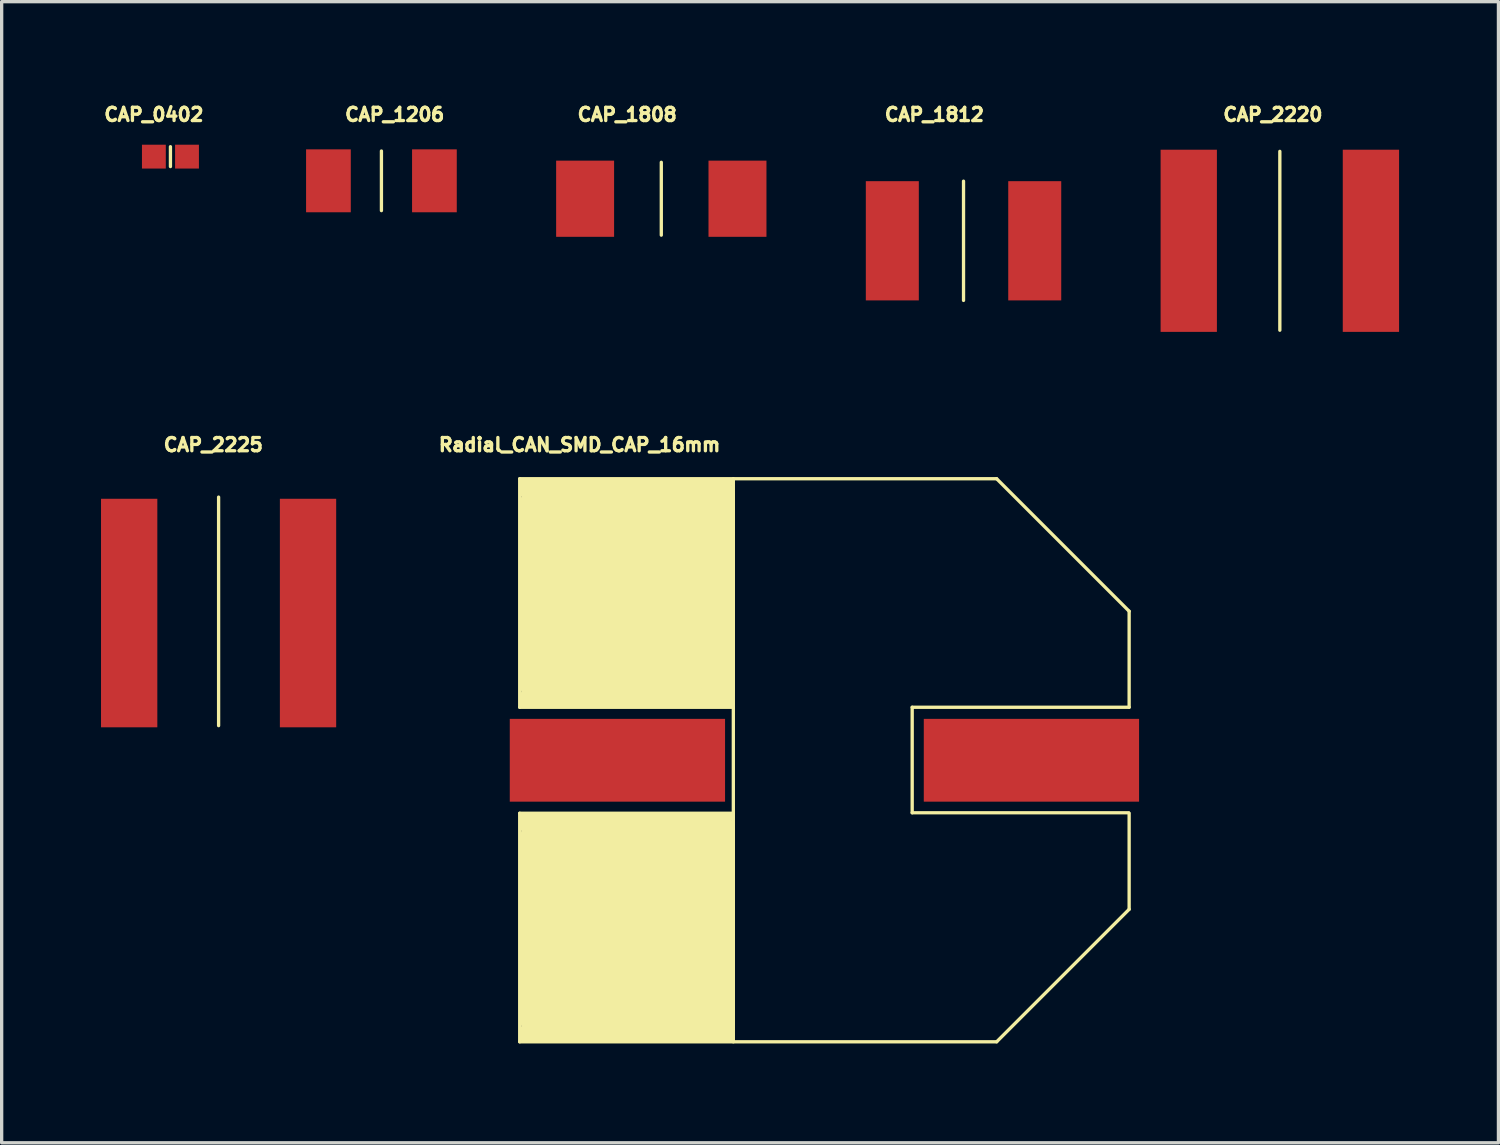
<source format=kicad_pcb>
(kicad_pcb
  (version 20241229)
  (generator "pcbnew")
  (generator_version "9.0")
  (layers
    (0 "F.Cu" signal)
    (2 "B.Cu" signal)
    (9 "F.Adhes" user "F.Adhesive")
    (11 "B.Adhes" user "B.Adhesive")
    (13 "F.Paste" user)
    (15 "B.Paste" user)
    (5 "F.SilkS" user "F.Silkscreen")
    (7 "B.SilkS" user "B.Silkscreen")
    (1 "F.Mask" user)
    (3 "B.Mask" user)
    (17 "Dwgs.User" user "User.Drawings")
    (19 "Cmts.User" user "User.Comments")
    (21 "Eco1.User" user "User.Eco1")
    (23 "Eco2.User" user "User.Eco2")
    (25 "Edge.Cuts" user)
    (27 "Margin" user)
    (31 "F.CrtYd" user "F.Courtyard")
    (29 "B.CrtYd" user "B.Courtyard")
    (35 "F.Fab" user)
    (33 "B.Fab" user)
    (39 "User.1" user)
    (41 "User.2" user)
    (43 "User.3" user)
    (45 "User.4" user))
  (footprint "CAP_2225"
    (layer "F.Cu")
    (at 3.55 15.459)
    (property "Reference" "CAP_2225" (at -0.16 -5.08 0) (layer "F.SilkS") (effects (font (size 0.4 0.4) (thickness 0.1))))
    (attr through_hole)
    (fp_line (start 0 -3.5) (end 0 3.4) (stroke (width 0.1) (type solid)) (layer "F.SilkS"))
    (pad "1" smd rect (at -2.7 0) (size 1.7 6.9) (layers "F.Cu" "F.Mask" "F.Paste"))
    (pad "2" smd rect (at 2.7 0) (size 1.7 6.9) (layers "F.Cu" "F.Mask" "F.Paste")))
  (footprint "CAP_1206"
    (layer "F.Cu")
    (at 8.466 2.409)
    (property "Reference" "CAP_1206" (at 0.4 -2 0) (layer "F.SilkS") (effects (font (size 0.4 0.4) (thickness 0.1))))
    (attr through_hole)
    (fp_line (start 0 -0.9) (end 0 0.9) (stroke (width 0.1) (type solid)) (layer "F.SilkS"))
    (pad "1" smd rect (at -1.6 0) (size 1.35 1.9) (layers "F.Cu" "F.Mask" "F.Paste"))
    (pad "2" smd rect (at 1.6 0) (size 1.35 1.9) (layers "F.Cu" "F.Mask" "F.Paste")))
  (footprint "CAP_1808"
    (layer "F.Cu")
    (at 16.916 2.95)
    (property "Reference" "CAP_1808" (at -1.03 -2.54 0) (layer "F.SilkS") (effects (font (size 0.4 0.4) (thickness 0.1))))
    (attr through_hole)
    (fp_line (start 0 -1.1) (end 0 1.1) (stroke (width 0.1) (type solid)) (layer "F.SilkS"))
    (pad "1" smd rect (at -2.3 0) (size 1.75 2.3) (layers "F.Cu" "F.Mask" "F.Paste"))
    (pad "2" smd rect (at 2.3 0) (size 1.75 2.3) (layers "F.Cu" "F.Mask" "F.Paste")))
  (footprint "CAP_2220"
    (layer "F.Cu")
    (at 35.591 4.22)
    (property "Reference" "CAP_2220" (at -0.21 -3.81 0) (layer "F.SilkS") (effects (font (size 0.4 0.4) (thickness 0.1))))
    (attr through_hole)
    (fp_line (start 0 -2.7) (end 0 2.7) (stroke (width 0.1) (type solid)) (layer "F.SilkS"))
    (pad "1" smd rect (at -2.75 0) (size 1.7 5.5) (layers "F.Cu" "F.Mask" "F.Paste"))
    (pad "2" smd rect (at 2.75 0) (size 1.7 5.5) (layers "F.Cu" "F.Mask" "F.Paste")))
  (footprint "CAP_0402"
    (layer "F.Cu")
    (at 2.096 1.679)
    (property "Reference" "CAP_0402" (at -0.5 -1.27 0) (layer "F.SilkS") (effects (font (size 0.4 0.4) (thickness 0.1))))
    (attr through_hole)
    (fp_line (start 0 -0.3) (end 0 0.3) (stroke (width 0.1) (type solid)) (layer "F.SilkS"))
    (pad "1" smd rect (at -0.5 0) (size 0.72 0.72) (layers "F.Cu" "F.Mask" "F.Paste"))
    (pad "2" smd rect (at 0.5 0) (size 0.72 0.72) (layers "F.Cu" "F.Mask" "F.Paste")))
  (footprint "Radial_CAN_SMD_CAP_16mm"
    (layer "F.Cu")
    (at 21.841 19.904)
    (property "Reference" "Radial_CAN_SMD_CAP_16mm" (at -7.393 -9.525 0) (layer "F.SilkS") (effects (font (size 0.4 0.4) (thickness 0.1))))
    (attr through_hole)
    (fp_line (start -9.2 -8.5) (end 5.2 -8.5) (stroke (width 0.1) (type solid)) (layer "F.SilkS"))
    (fp_line (start -9.2 -1.6) (end -9.2 -8.5) (stroke (width 0.1) (type solid)) (layer "F.SilkS"))
    (fp_line (start -9.2 -1.6) (end -2.75 -1.6) (stroke (width 0.1) (type solid)) (layer "F.SilkS"))
    (fp_line (start -9.2 1.6) (end -2.75 1.6) (stroke (width 0.1) (type solid)) (layer "F.SilkS"))
    (fp_line (start -9.2 8.5) (end -9.2 1.6) (stroke (width 0.1) (type solid)) (layer "F.SilkS"))
    (fp_line (start -9.2 8.5) (end 5.2 8.5) (stroke (width 0.1) (type solid)) (layer "F.SilkS"))
    (fp_line (start -9.107 -8.382) (end -2.821 -8.382) (stroke (width 0.2) (type solid)) (layer "F.SilkS"))
    (fp_line (start -9.107 -8.255) (end -8.282 -8.255) (stroke (width 0.2) (type solid)) (layer "F.SilkS"))
    (fp_line (start -9.107 -8.128) (end -8.282 -8.128) (stroke (width 0.2) (type solid)) (layer "F.SilkS"))
    (fp_line (start -9.107 -8.065) (end -8.282 -8.065) (stroke (width 0.2) (type solid)) (layer "F.SilkS"))
    (fp_line (start -9.107 1.714) (end -2.821 1.714) (stroke (width 0.2) (type solid)) (layer "F.SilkS"))
    (fp_line (start -9.107 1.841) (end -8.282 1.841) (stroke (width 0.2) (type solid)) (layer "F.SilkS"))
    (fp_line (start -9.107 1.968) (end -8.282 1.968) (stroke (width 0.2) (type solid)) (layer "F.SilkS"))
    (fp_line (start -9.107 2.032) (end -8.282 2.032) (stroke (width 0.2) (type solid)) (layer "F.SilkS"))
    (fp_line (start -8.663 -7.874) (end -8.663 -2.159) (stroke (width 1) (type solid)) (layer "F.SilkS"))
    (fp_line (start -8.663 2.223) (end -8.663 7.938) (stroke (width 1) (type solid)) (layer "F.SilkS"))
    (fp_line (start -8.028 -7.493) (end -3.71 -7.493) (stroke (width 2) (type solid)) (layer "F.SilkS"))
    (fp_line (start -8.028 -3.683) (end -3.71 -3.683) (stroke (width 2) (type solid)) (layer "F.SilkS"))
    (fp_line (start -8.028 -2.603) (end -3.71 -2.603) (stroke (width 2) (type solid)) (layer "F.SilkS"))
    (fp_line (start -8.028 2.603) (end -3.71 2.603) (stroke (width 2) (type solid)) (layer "F.SilkS"))
    (fp_line (start -8.028 6.413) (end -3.71 6.413) (stroke (width 2) (type solid)) (layer "F.SilkS"))
    (fp_line (start -8.028 7.493) (end -3.71 7.493) (stroke (width 2) (type solid)) (layer "F.SilkS"))
    (fp_line (start -7.901 -6.35) (end -3.71 -6.223) (stroke (width 2) (type solid)) (layer "F.SilkS"))
    (fp_line (start -7.901 -4.953) (end -3.71 -4.953) (stroke (width 2) (type solid)) (layer "F.SilkS"))
    (fp_line (start -7.901 3.747) (end -3.71 3.873) (stroke (width 2) (type solid)) (layer "F.SilkS"))
    (fp_line (start -7.901 5.144) (end -3.71 5.144) (stroke (width 2) (type solid)) (layer "F.SilkS"))
    (fp_line (start -3.202 -8.001) (end -3.202 -2.159) (stroke (width 1) (type solid)) (layer "F.SilkS"))
    (fp_line (start -3.202 2.095) (end -3.202 7.938) (stroke (width 1) (type solid)) (layer "F.SilkS"))
    (fp_line (start -2.821 -1.968) (end -9.107 -1.968) (stroke (width 0.2) (type solid)) (layer "F.SilkS"))
    (fp_line (start -2.821 -1.841) (end -9.107 -1.841) (stroke (width 0.2) (type solid)) (layer "F.SilkS"))
    (fp_line (start -2.821 -1.714) (end -9.107 -1.714) (stroke (width 0.2) (type solid)) (layer "F.SilkS"))
    (fp_line (start -2.821 8.128) (end -9.107 8.128) (stroke (width 0.2) (type solid)) (layer "F.SilkS"))
    (fp_line (start -2.821 8.255) (end -9.107 8.255) (stroke (width 0.2) (type solid)) (layer "F.SilkS"))
    (fp_line (start -2.821 8.382) (end -9.107 8.382) (stroke (width 0.2) (type solid)) (layer "F.SilkS"))
    (fp_line (start -2.75 -1.6) (end -2.75 -8.5) (stroke (width 0.1) (type solid)) (layer "F.SilkS"))
    (fp_line (start -2.75 1.6) (end -2.75 -1.6) (stroke (width 0.1) (type solid)) (layer "F.SilkS"))
    (fp_line (start -2.75 8.5) (end -2.75 1.6) (stroke (width 0.1) (type solid)) (layer "F.SilkS"))
    (fp_line (start 2.65 -1.6) (end 9.2 -1.6) (stroke (width 0.1) (type solid)) (layer "F.SilkS"))
    (fp_line (start 2.65 1.585) (end 2.65 -1.6) (stroke (width 0.1) (type solid)) (layer "F.SilkS"))
    (fp_line (start 2.65 1.585) (end 9.185 1.585) (stroke (width 0.1) (type solid)) (layer "F.SilkS"))
    (fp_line (start 5.2 -8.5) (end 9.2 -4.5) (stroke (width 0.1) (type solid)) (layer "F.SilkS"))
    (fp_line (start 5.2 8.5) (end 9.2 4.5) (stroke (width 0.1) (type solid)) (layer "F.SilkS"))
    (fp_line (start 9.2 -1.6) (end 9.2 -4.5) (stroke (width 0.1) (type solid)) (layer "F.SilkS"))
    (fp_line (start 9.2 4.5) (end 9.2 1.6) (stroke (width 0.1) (type solid)) (layer "F.SilkS"))
    (pad "1" smd rect (at -6.25 0) (size 6.5 2.5) (layers "F.Cu" "F.Mask" "F.Paste"))
    (pad "2" smd rect (at 6.25 0) (size 6.5 2.5) (layers "F.Cu" "F.Mask" "F.Paste")))
  (footprint "CAP_1812"
    (layer "F.Cu")
    (at 26.041 4.22)
    (property "Reference" "CAP_1812" (at -0.88 -3.81 0) (layer "F.SilkS") (effects (font (size 0.4 0.4) (thickness 0.1))))
    (attr through_hole)
    (fp_line (start 0 -1.8) (end 0 1.8) (stroke (width 0.1) (type solid)) (layer "F.SilkS"))
    (pad "1" smd rect (at -2.15 0) (size 1.6 3.6) (layers "F.Cu" "F.Mask" "F.Paste"))
    (pad "2" smd rect (at 2.15 0) (size 1.6 3.6) (layers "F.Cu" "F.Mask" "F.Paste")))
  (gr_rect
    (start -3 -3)
    (end 42.191 31.454)
    (stroke (width 0.1) (type default))
    (fill no)
    (layer "Edge.Cuts")))
</source>
